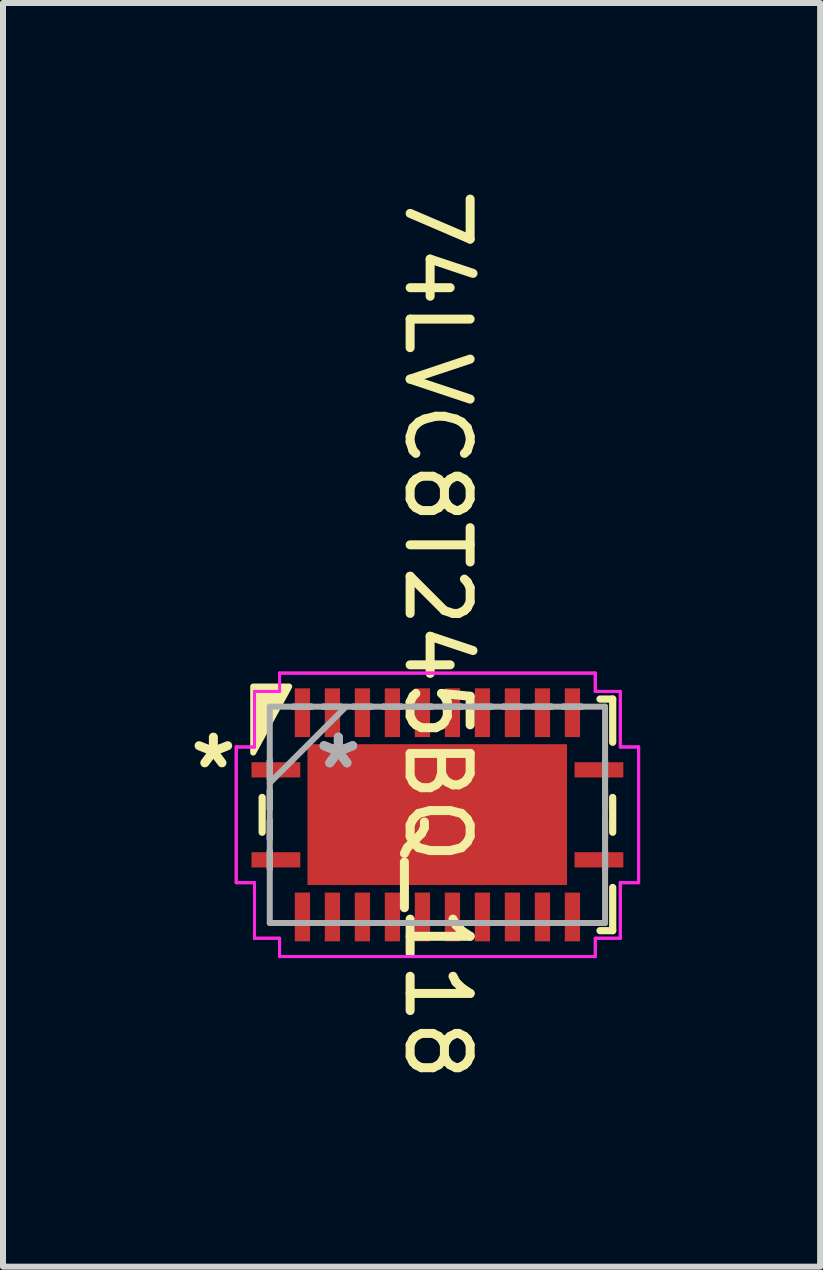
<source format=kicad_pcb>
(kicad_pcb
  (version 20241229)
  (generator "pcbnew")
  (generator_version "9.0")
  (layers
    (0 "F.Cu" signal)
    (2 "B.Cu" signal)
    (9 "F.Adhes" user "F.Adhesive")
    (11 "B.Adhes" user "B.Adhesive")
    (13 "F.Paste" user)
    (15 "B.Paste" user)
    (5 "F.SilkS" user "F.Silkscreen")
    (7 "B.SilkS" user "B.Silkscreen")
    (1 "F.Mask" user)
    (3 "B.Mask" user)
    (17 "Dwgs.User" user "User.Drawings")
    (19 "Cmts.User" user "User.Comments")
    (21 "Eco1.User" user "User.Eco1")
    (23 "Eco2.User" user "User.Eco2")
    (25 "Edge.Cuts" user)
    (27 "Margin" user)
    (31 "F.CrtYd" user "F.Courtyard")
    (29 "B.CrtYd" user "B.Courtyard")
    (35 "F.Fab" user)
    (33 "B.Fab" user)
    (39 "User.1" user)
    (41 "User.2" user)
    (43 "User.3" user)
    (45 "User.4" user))
  (footprint "74LVC8T245BQ_118"
    (layer "F.Cu")
    (at 4.24 10.53)
    (property "Reference" "74LVC8T245BQ_118" (at 0 -3 270) (unlocked yes) (layer "F.SilkS") (effects (font (size 1 1) (thickness 0.15))))
    (attr through_hole)
    (fp_poly (pts (xy -2.121 -1.13) (xy 2.121 -1.13) (xy 2.121 1.13) (xy -2.121 1.13)) (stroke (width 0.1) (type solid)) (fill yes) (layer "F.Mask"))
    (fp_line (start -2.921 -0.29) (end -2.921 0.29) (stroke (width 0.12) (type solid)) (layer "F.SilkS"))
    (fp_line (start -2.71 -1.93) (end -2.921 -1.93) (stroke (width 0.12) (type solid)) (layer "F.SilkS"))
    (fp_line (start 2.71 1.93) (end 2.921 1.93) (stroke (width 0.12) (type solid)) (layer "F.SilkS"))
    (fp_line (start 2.921 -1.93) (end 2.71 -1.93) (stroke (width 0.12) (type solid)) (layer "F.SilkS"))
    (fp_line (start 2.921 -1.21) (end 2.921 -1.93) (stroke (width 0.12) (type solid)) (layer "F.SilkS"))
    (fp_line (start 2.921 0.29) (end 2.921 -0.29) (stroke (width 0.12) (type solid)) (layer "F.SilkS"))
    (fp_line (start 2.921 1.93) (end 2.921 1.21) (stroke (width 0.12) (type solid)) (layer "F.SilkS"))
    (fp_poly (pts (xy -2.47 -2.138) (xy -3.07 -2.138) (xy -3.07 -1.038)) (stroke (width 0.1) (type solid)) (fill yes) (layer "F.SilkS"))
    (fp_poly (pts (xy -2.121 -1.13) (xy 2.121 -1.13) (xy 2.121 1.13) (xy -2.121 1.13)) (stroke (width 0.1) (type solid)) (fill yes) (layer "F.Paste"))
    (fp_line (start -3.353 -1.131) (end -3.048 -1.131) (stroke (width 0.05) (type solid)) (layer "F.CrtYd"))
    (fp_line (start -3.353 -1.131) (end -3.048 -1.131) (stroke (width 0.05) (type solid)) (layer "F.CrtYd"))
    (fp_line (start -3.353 1.131) (end -3.353 -1.131) (stroke (width 0.05) (type solid)) (layer "F.CrtYd"))
    (fp_line (start -3.353 1.131) (end -3.353 -1.131) (stroke (width 0.05) (type solid)) (layer "F.CrtYd"))
    (fp_line (start -3.048 -2.057) (end -2.631 -2.057) (stroke (width 0.05) (type solid)) (layer "F.CrtYd"))
    (fp_line (start -3.048 -2.057) (end -2.631 -2.057) (stroke (width 0.05) (type solid)) (layer "F.CrtYd"))
    (fp_line (start -3.048 -1.131) (end -3.048 -2.057) (stroke (width 0.05) (type solid)) (layer "F.CrtYd"))
    (fp_line (start -3.048 -1.131) (end -3.048 -2.057) (stroke (width 0.05) (type solid)) (layer "F.CrtYd"))
    (fp_line (start -3.048 1.131) (end -3.353 1.131) (stroke (width 0.05) (type solid)) (layer "F.CrtYd"))
    (fp_line (start -3.048 1.131) (end -3.353 1.131) (stroke (width 0.05) (type solid)) (layer "F.CrtYd"))
    (fp_line (start -3.048 2.057) (end -3.048 1.131) (stroke (width 0.05) (type solid)) (layer "F.CrtYd"))
    (fp_line (start -3.048 2.057) (end -3.048 1.131) (stroke (width 0.05) (type solid)) (layer "F.CrtYd"))
    (fp_line (start -2.631 -2.362) (end 2.631 -2.362) (stroke (width 0.05) (type solid)) (layer "F.CrtYd"))
    (fp_line (start -2.631 -2.362) (end 2.631 -2.362) (stroke (width 0.05) (type solid)) (layer "F.CrtYd"))
    (fp_line (start -2.631 -2.057) (end -2.631 -2.362) (stroke (width 0.05) (type solid)) (layer "F.CrtYd"))
    (fp_line (start -2.631 -2.057) (end -2.631 -2.362) (stroke (width 0.05) (type solid)) (layer "F.CrtYd"))
    (fp_line (start -2.631 2.057) (end -3.048 2.057) (stroke (width 0.05) (type solid)) (layer "F.CrtYd"))
    (fp_line (start -2.631 2.057) (end -3.048 2.057) (stroke (width 0.05) (type solid)) (layer "F.CrtYd"))
    (fp_line (start -2.631 2.362) (end -2.631 2.057) (stroke (width 0.05) (type solid)) (layer "F.CrtYd"))
    (fp_line (start -2.631 2.362) (end -2.631 2.057) (stroke (width 0.05) (type solid)) (layer "F.CrtYd"))
    (fp_line (start 2.631 -2.362) (end 2.631 -2.057) (stroke (width 0.05) (type solid)) (layer "F.CrtYd"))
    (fp_line (start 2.631 -2.362) (end 2.631 -2.057) (stroke (width 0.05) (type solid)) (layer "F.CrtYd"))
    (fp_line (start 2.631 -2.057) (end 3.048 -2.057) (stroke (width 0.05) (type solid)) (layer "F.CrtYd"))
    (fp_line (start 2.631 -2.057) (end 3.048 -2.057) (stroke (width 0.05) (type solid)) (layer "F.CrtYd"))
    (fp_line (start 2.631 2.057) (end 2.631 2.362) (stroke (width 0.05) (type solid)) (layer "F.CrtYd"))
    (fp_line (start 2.631 2.057) (end 2.631 2.362) (stroke (width 0.05) (type solid)) (layer "F.CrtYd"))
    (fp_line (start 2.631 2.362) (end -2.631 2.362) (stroke (width 0.05) (type solid)) (layer "F.CrtYd"))
    (fp_line (start 2.631 2.362) (end -2.631 2.362) (stroke (width 0.05) (type solid)) (layer "F.CrtYd"))
    (fp_line (start 3.048 -2.057) (end 3.048 -1.131) (stroke (width 0.05) (type solid)) (layer "F.CrtYd"))
    (fp_line (start 3.048 -2.057) (end 3.048 -1.131) (stroke (width 0.05) (type solid)) (layer "F.CrtYd"))
    (fp_line (start 3.048 -1.131) (end 3.353 -1.131) (stroke (width 0.05) (type solid)) (layer "F.CrtYd"))
    (fp_line (start 3.048 -1.131) (end 3.353 -1.131) (stroke (width 0.05) (type solid)) (layer "F.CrtYd"))
    (fp_line (start 3.048 1.131) (end 3.048 2.057) (stroke (width 0.05) (type solid)) (layer "F.CrtYd"))
    (fp_line (start 3.048 1.131) (end 3.048 2.057) (stroke (width 0.05) (type solid)) (layer "F.CrtYd"))
    (fp_line (start 3.048 2.057) (end 2.631 2.057) (stroke (width 0.05) (type solid)) (layer "F.CrtYd"))
    (fp_line (start 3.048 2.057) (end 2.631 2.057) (stroke (width 0.05) (type solid)) (layer "F.CrtYd"))
    (fp_line (start 3.353 -1.131) (end 3.353 1.131) (stroke (width 0.05) (type solid)) (layer "F.CrtYd"))
    (fp_line (start 3.353 -1.131) (end 3.353 1.131) (stroke (width 0.05) (type solid)) (layer "F.CrtYd"))
    (fp_line (start 3.353 1.131) (end 3.048 1.131) (stroke (width 0.05) (type solid)) (layer "F.CrtYd"))
    (fp_line (start 3.353 1.131) (end 3.048 1.131) (stroke (width 0.05) (type solid)) (layer "F.CrtYd"))
    (fp_line (start -2.794 -1.803) (end -2.794 1.803) (stroke (width 0.1) (type solid)) (layer "F.Fab"))
    (fp_line (start -2.794 -0.902) (end -2.794 -0.902) (stroke (width 0.1) (type solid)) (layer "F.Fab"))
    (fp_line (start -2.794 -0.902) (end -2.794 -0.598) (stroke (width 0.1) (type solid)) (layer "F.Fab"))
    (fp_line (start -2.794 -0.598) (end -2.794 -0.902) (stroke (width 0.1) (type solid)) (layer "F.Fab"))
    (fp_line (start -2.794 -0.598) (end -2.794 -0.598) (stroke (width 0.1) (type solid)) (layer "F.Fab"))
    (fp_line (start -2.794 -0.533) (end -1.524 -1.803) (stroke (width 0.1) (type solid)) (layer "F.Fab"))
    (fp_line (start -2.794 -0.402) (end -2.794 -0.402) (stroke (width 0.1) (type solid)) (layer "F.Fab"))
    (fp_line (start -2.794 -0.402) (end -2.794 -0.098) (stroke (width 0.1) (type solid)) (layer "F.Fab"))
    (fp_line (start -2.794 -0.098) (end -2.794 -0.402) (stroke (width 0.1) (type solid)) (layer "F.Fab"))
    (fp_line (start -2.794 -0.098) (end -2.794 -0.098) (stroke (width 0.1) (type solid)) (layer "F.Fab"))
    (fp_line (start -2.794 0.098) (end -2.794 0.098) (stroke (width 0.1) (type solid)) (layer "F.Fab"))
    (fp_line (start -2.794 0.098) (end -2.794 0.402) (stroke (width 0.1) (type solid)) (layer "F.Fab"))
    (fp_line (start -2.794 0.402) (end -2.794 0.098) (stroke (width 0.1) (type solid)) (layer "F.Fab"))
    (fp_line (start -2.794 0.402) (end -2.794 0.402) (stroke (width 0.1) (type solid)) (layer "F.Fab"))
    (fp_line (start -2.794 0.598) (end -2.794 0.598) (stroke (width 0.1) (type solid)) (layer "F.Fab"))
    (fp_line (start -2.794 0.598) (end -2.794 0.902) (stroke (width 0.1) (type solid)) (layer "F.Fab"))
    (fp_line (start -2.794 0.902) (end -2.794 0.598) (stroke (width 0.1) (type solid)) (layer "F.Fab"))
    (fp_line (start -2.794 0.902) (end -2.794 0.902) (stroke (width 0.1) (type solid)) (layer "F.Fab"))
    (fp_line (start -2.794 1.803) (end 2.794 1.803) (stroke (width 0.1) (type solid)) (layer "F.Fab"))
    (fp_line (start -2.402 -1.803) (end -2.402 -1.803) (stroke (width 0.1) (type solid)) (layer "F.Fab"))
    (fp_line (start -2.402 -1.803) (end -2.098 -1.803) (stroke (width 0.1) (type solid)) (layer "F.Fab"))
    (fp_line (start -2.402 1.803) (end -2.402 1.803) (stroke (width 0.1) (type solid)) (layer "F.Fab"))
    (fp_line (start -2.402 1.803) (end -2.098 1.803) (stroke (width 0.1) (type solid)) (layer "F.Fab"))
    (fp_line (start -2.098 -1.803) (end -2.402 -1.803) (stroke (width 0.1) (type solid)) (layer "F.Fab"))
    (fp_line (start -2.098 -1.803) (end -2.098 -1.803) (stroke (width 0.1) (type solid)) (layer "F.Fab"))
    (fp_line (start -2.098 1.803) (end -2.402 1.803) (stroke (width 0.1) (type solid)) (layer "F.Fab"))
    (fp_line (start -2.098 1.803) (end -2.098 1.803) (stroke (width 0.1) (type solid)) (layer "F.Fab"))
    (fp_line (start -1.902 -1.803) (end -1.902 -1.803) (stroke (width 0.1) (type solid)) (layer "F.Fab"))
    (fp_line (start -1.902 -1.803) (end -1.598 -1.803) (stroke (width 0.1) (type solid)) (layer "F.Fab"))
    (fp_line (start -1.902 1.803) (end -1.902 1.803) (stroke (width 0.1) (type solid)) (layer "F.Fab"))
    (fp_line (start -1.902 1.803) (end -1.598 1.803) (stroke (width 0.1) (type solid)) (layer "F.Fab"))
    (fp_line (start -1.598 -1.803) (end -1.902 -1.803) (stroke (width 0.1) (type solid)) (layer "F.Fab"))
    (fp_line (start -1.598 -1.803) (end -1.598 -1.803) (stroke (width 0.1) (type solid)) (layer "F.Fab"))
    (fp_line (start -1.598 1.803) (end -1.902 1.803) (stroke (width 0.1) (type solid)) (layer "F.Fab"))
    (fp_line (start -1.598 1.803) (end -1.598 1.803) (stroke (width 0.1) (type solid)) (layer "F.Fab"))
    (fp_line (start -1.402 -1.803) (end -1.402 -1.803) (stroke (width 0.1) (type solid)) (layer "F.Fab"))
    (fp_line (start -1.402 -1.803) (end -1.098 -1.803) (stroke (width 0.1) (type solid)) (layer "F.Fab"))
    (fp_line (start -1.402 1.803) (end -1.402 1.803) (stroke (width 0.1) (type solid)) (layer "F.Fab"))
    (fp_line (start -1.402 1.803) (end -1.098 1.803) (stroke (width 0.1) (type solid)) (layer "F.Fab"))
    (fp_line (start -1.098 -1.803) (end -1.402 -1.803) (stroke (width 0.1) (type solid)) (layer "F.Fab"))
    (fp_line (start -1.098 -1.803) (end -1.098 -1.803) (stroke (width 0.1) (type solid)) (layer "F.Fab"))
    (fp_line (start -1.098 1.803) (end -1.402 1.803) (stroke (width 0.1) (type solid)) (layer "F.Fab"))
    (fp_line (start -1.098 1.803) (end -1.098 1.803) (stroke (width 0.1) (type solid)) (layer "F.Fab"))
    (fp_line (start -0.902 -1.803) (end -0.902 -1.803) (stroke (width 0.1) (type solid)) (layer "F.Fab"))
    (fp_line (start -0.902 -1.803) (end -0.598 -1.803) (stroke (width 0.1) (type solid)) (layer "F.Fab"))
    (fp_line (start -0.902 1.803) (end -0.902 1.803) (stroke (width 0.1) (type solid)) (layer "F.Fab"))
    (fp_line (start -0.902 1.803) (end -0.598 1.803) (stroke (width 0.1) (type solid)) (layer "F.Fab"))
    (fp_line (start -0.598 -1.803) (end -0.902 -1.803) (stroke (width 0.1) (type solid)) (layer "F.Fab"))
    (fp_line (start -0.598 -1.803) (end -0.598 -1.803) (stroke (width 0.1) (type solid)) (layer "F.Fab"))
    (fp_line (start -0.598 1.803) (end -0.902 1.803) (stroke (width 0.1) (type solid)) (layer "F.Fab"))
    (fp_line (start -0.598 1.803) (end -0.598 1.803) (stroke (width 0.1) (type solid)) (layer "F.Fab"))
    (fp_line (start -0.402 -1.803) (end -0.402 -1.803) (stroke (width 0.1) (type solid)) (layer "F.Fab"))
    (fp_line (start -0.402 -1.803) (end -0.098 -1.803) (stroke (width 0.1) (type solid)) (layer "F.Fab"))
    (fp_line (start -0.402 1.803) (end -0.402 1.803) (stroke (width 0.1) (type solid)) (layer "F.Fab"))
    (fp_line (start -0.402 1.803) (end -0.098 1.803) (stroke (width 0.1) (type solid)) (layer "F.Fab"))
    (fp_line (start -0.098 -1.803) (end -0.402 -1.803) (stroke (width 0.1) (type solid)) (layer "F.Fab"))
    (fp_line (start -0.098 -1.803) (end -0.098 -1.803) (stroke (width 0.1) (type solid)) (layer "F.Fab"))
    (fp_line (start -0.098 1.803) (end -0.402 1.803) (stroke (width 0.1) (type solid)) (layer "F.Fab"))
    (fp_line (start -0.098 1.803) (end -0.098 1.803) (stroke (width 0.1) (type solid)) (layer "F.Fab"))
    (fp_line (start 0.098 -1.803) (end 0.098 -1.803) (stroke (width 0.1) (type solid)) (layer "F.Fab"))
    (fp_line (start 0.098 -1.803) (end 0.402 -1.803) (stroke (width 0.1) (type solid)) (layer "F.Fab"))
    (fp_line (start 0.098 1.803) (end 0.098 1.803) (stroke (width 0.1) (type solid)) (layer "F.Fab"))
    (fp_line (start 0.098 1.803) (end 0.402 1.803) (stroke (width 0.1) (type solid)) (layer "F.Fab"))
    (fp_line (start 0.402 -1.803) (end 0.098 -1.803) (stroke (width 0.1) (type solid)) (layer "F.Fab"))
    (fp_line (start 0.402 -1.803) (end 0.402 -1.803) (stroke (width 0.1) (type solid)) (layer "F.Fab"))
    (fp_line (start 0.402 1.803) (end 0.098 1.803) (stroke (width 0.1) (type solid)) (layer "F.Fab"))
    (fp_line (start 0.402 1.803) (end 0.402 1.803) (stroke (width 0.1) (type solid)) (layer "F.Fab"))
    (fp_line (start 0.598 -1.803) (end 0.598 -1.803) (stroke (width 0.1) (type solid)) (layer "F.Fab"))
    (fp_line (start 0.598 -1.803) (end 0.902 -1.803) (stroke (width 0.1) (type solid)) (layer "F.Fab"))
    (fp_line (start 0.598 1.803) (end 0.598 1.803) (stroke (width 0.1) (type solid)) (layer "F.Fab"))
    (fp_line (start 0.598 1.803) (end 0.902 1.803) (stroke (width 0.1) (type solid)) (layer "F.Fab"))
    (fp_line (start 0.902 -1.803) (end 0.598 -1.803) (stroke (width 0.1) (type solid)) (layer "F.Fab"))
    (fp_line (start 0.902 -1.803) (end 0.902 -1.803) (stroke (width 0.1) (type solid)) (layer "F.Fab"))
    (fp_line (start 0.902 1.803) (end 0.598 1.803) (stroke (width 0.1) (type solid)) (layer "F.Fab"))
    (fp_line (start 0.902 1.803) (end 0.902 1.803) (stroke (width 0.1) (type solid)) (layer "F.Fab"))
    (fp_line (start 1.098 -1.803) (end 1.098 -1.803) (stroke (width 0.1) (type solid)) (layer "F.Fab"))
    (fp_line (start 1.098 -1.803) (end 1.402 -1.803) (stroke (width 0.1) (type solid)) (layer "F.Fab"))
    (fp_line (start 1.098 1.803) (end 1.098 1.803) (stroke (width 0.1) (type solid)) (layer "F.Fab"))
    (fp_line (start 1.098 1.803) (end 1.402 1.803) (stroke (width 0.1) (type solid)) (layer "F.Fab"))
    (fp_line (start 1.402 -1.803) (end 1.098 -1.803) (stroke (width 0.1) (type solid)) (layer "F.Fab"))
    (fp_line (start 1.402 -1.803) (end 1.402 -1.803) (stroke (width 0.1) (type solid)) (layer "F.Fab"))
    (fp_line (start 1.402 1.803) (end 1.098 1.803) (stroke (width 0.1) (type solid)) (layer "F.Fab"))
    (fp_line (start 1.402 1.803) (end 1.402 1.803) (stroke (width 0.1) (type solid)) (layer "F.Fab"))
    (fp_line (start 1.598 -1.803) (end 1.598 -1.803) (stroke (width 0.1) (type solid)) (layer "F.Fab"))
    (fp_line (start 1.598 -1.803) (end 1.902 -1.803) (stroke (width 0.1) (type solid)) (layer "F.Fab"))
    (fp_line (start 1.598 1.803) (end 1.598 1.803) (stroke (width 0.1) (type solid)) (layer "F.Fab"))
    (fp_line (start 1.598 1.803) (end 1.902 1.803) (stroke (width 0.1) (type solid)) (layer "F.Fab"))
    (fp_line (start 1.902 -1.803) (end 1.598 -1.803) (stroke (width 0.1) (type solid)) (layer "F.Fab"))
    (fp_line (start 1.902 -1.803) (end 1.902 -1.803) (stroke (width 0.1) (type solid)) (layer "F.Fab"))
    (fp_line (start 1.902 1.803) (end 1.598 1.803) (stroke (width 0.1) (type solid)) (layer "F.Fab"))
    (fp_line (start 1.902 1.803) (end 1.902 1.803) (stroke (width 0.1) (type solid)) (layer "F.Fab"))
    (fp_line (start 2.098 -1.803) (end 2.098 -1.803) (stroke (width 0.1) (type solid)) (layer "F.Fab"))
    (fp_line (start 2.098 -1.803) (end 2.402 -1.803) (stroke (width 0.1) (type solid)) (layer "F.Fab"))
    (fp_line (start 2.098 1.803) (end 2.098 1.803) (stroke (width 0.1) (type solid)) (layer "F.Fab"))
    (fp_line (start 2.098 1.803) (end 2.402 1.803) (stroke (width 0.1) (type solid)) (layer "F.Fab"))
    (fp_line (start 2.402 -1.803) (end 2.098 -1.803) (stroke (width 0.1) (type solid)) (layer "F.Fab"))
    (fp_line (start 2.402 -1.803) (end 2.402 -1.803) (stroke (width 0.1) (type solid)) (layer "F.Fab"))
    (fp_line (start 2.402 1.803) (end 2.098 1.803) (stroke (width 0.1) (type solid)) (layer "F.Fab"))
    (fp_line (start 2.402 1.803) (end 2.402 1.803) (stroke (width 0.1) (type solid)) (layer "F.Fab"))
    (fp_line (start 2.794 -1.803) (end -2.794 -1.803) (stroke (width 0.1) (type solid)) (layer "F.Fab"))
    (fp_line (start 2.794 -0.902) (end 2.794 -0.902) (stroke (width 0.1) (type solid)) (layer "F.Fab"))
    (fp_line (start 2.794 -0.902) (end 2.794 -0.598) (stroke (width 0.1) (type solid)) (layer "F.Fab"))
    (fp_line (start 2.794 -0.598) (end 2.794 -0.902) (stroke (width 0.1) (type solid)) (layer "F.Fab"))
    (fp_line (start 2.794 -0.598) (end 2.794 -0.598) (stroke (width 0.1) (type solid)) (layer "F.Fab"))
    (fp_line (start 2.794 -0.402) (end 2.794 -0.402) (stroke (width 0.1) (type solid)) (layer "F.Fab"))
    (fp_line (start 2.794 -0.402) (end 2.794 -0.098) (stroke (width 0.1) (type solid)) (layer "F.Fab"))
    (fp_line (start 2.794 -0.098) (end 2.794 -0.402) (stroke (width 0.1) (type solid)) (layer "F.Fab"))
    (fp_line (start 2.794 -0.098) (end 2.794 -0.098) (stroke (width 0.1) (type solid)) (layer "F.Fab"))
    (fp_line (start 2.794 0.098) (end 2.794 0.098) (stroke (width 0.1) (type solid)) (layer "F.Fab"))
    (fp_line (start 2.794 0.098) (end 2.794 0.402) (stroke (width 0.1) (type solid)) (layer "F.Fab"))
    (fp_line (start 2.794 0.402) (end 2.794 0.098) (stroke (width 0.1) (type solid)) (layer "F.Fab"))
    (fp_line (start 2.794 0.402) (end 2.794 0.402) (stroke (width 0.1) (type solid)) (layer "F.Fab"))
    (fp_line (start 2.794 0.598) (end 2.794 0.598) (stroke (width 0.1) (type solid)) (layer "F.Fab"))
    (fp_line (start 2.794 0.598) (end 2.794 0.902) (stroke (width 0.1) (type solid)) (layer "F.Fab"))
    (fp_line (start 2.794 0.902) (end 2.794 0.598) (stroke (width 0.1) (type solid)) (layer "F.Fab"))
    (fp_line (start 2.794 0.902) (end 2.794 0.902) (stroke (width 0.1) (type solid)) (layer "F.Fab"))
    (fp_line (start 2.794 1.803) (end 2.794 -1.803) (stroke (width 0.1) (type solid)) (layer "F.Fab"))
    (fp_text user "*" (at -3.734 -0.75 180) (layer "F.SilkS") (effects (font (size 1 1) (thickness 0.15))))
    (fp_text user "*" (at -1.651 -0.75 180) (layer "F.Fab") (effects (font (size 1 1) (thickness 0.15))))
    (fp_text user "*" (at -1.651 -0.75 180) (layer "F.Fab") (effects (font (size 1 1) (thickness 0.15))))
    (pad "1" smd rect (at -2.692 0.75 90) (size 0.254 0.813) (layers "F.Cu" "F.Mask" "F.Paste"))
    (pad "2" smd rect (at -2.25 1.702) (size 0.254 0.813) (layers "F.Cu" "F.Mask" "F.Paste"))
    (pad "3" smd rect (at -1.75 1.702) (size 0.254 0.813) (layers "F.Cu" "F.Mask" "F.Paste"))
    (pad "4" smd rect (at -1.25 1.702) (size 0.254 0.813) (layers "F.Cu" "F.Mask" "F.Paste"))
    (pad "5" smd rect (at -0.75 1.702) (size 0.254 0.813) (layers "F.Cu" "F.Mask" "F.Paste"))
    (pad "6" smd rect (at -0.25 1.702) (size 0.254 0.813) (layers "F.Cu" "F.Mask" "F.Paste"))
    (pad "7" smd rect (at 0.25 1.702) (size 0.254 0.813) (layers "F.Cu" "F.Mask" "F.Paste"))
    (pad "8" smd rect (at 0.75 1.702) (size 0.254 0.813) (layers "F.Cu" "F.Mask" "F.Paste"))
    (pad "9" smd rect (at 1.25 1.702) (size 0.254 0.813) (layers "F.Cu" "F.Mask" "F.Paste"))
    (pad "10" smd rect (at 1.75 1.702) (size 0.254 0.813) (layers "F.Cu" "F.Mask" "F.Paste"))
    (pad "11" smd rect (at 2.25 1.702) (size 0.254 0.813) (layers "F.Cu" "F.Mask" "F.Paste"))
    (pad "12" smd rect (at 2.692 0.75 90) (size 0.254 0.813) (layers "F.Cu" "F.Mask" "F.Paste"))
    (pad "13" smd rect (at -0.003 -0.004 90) (size 2.347 4.326) (layers "F.Cu" "F.Mask" "F.Paste"))
    (pad "13" smd rect (at 2.692 -0.75 90) (size 0.254 0.813) (layers "F.Cu" "F.Mask" "F.Paste"))
    (pad "14" smd rect (at 2.25 -1.702) (size 0.254 0.813) (layers "F.Cu" "F.Mask" "F.Paste"))
    (pad "15" smd rect (at 1.75 -1.702) (size 0.254 0.813) (layers "F.Cu" "F.Mask" "F.Paste"))
    (pad "16" smd rect (at 1.25 -1.702) (size 0.254 0.813) (layers "F.Cu" "F.Mask" "F.Paste"))
    (pad "17" smd rect (at 0.75 -1.702) (size 0.254 0.813) (layers "F.Cu" "F.Mask" "F.Paste"))
    (pad "18" smd rect (at 0.25 -1.702) (size 0.254 0.813) (layers "F.Cu" "F.Mask" "F.Paste"))
    (pad "19" smd rect (at -0.25 -1.702) (size 0.254 0.813) (layers "F.Cu" "F.Mask" "F.Paste"))
    (pad "20" smd rect (at -0.75 -1.702) (size 0.254 0.813) (layers "F.Cu" "F.Mask" "F.Paste"))
    (pad "21" smd rect (at -1.25 -1.702) (size 0.254 0.813) (layers "F.Cu" "F.Mask" "F.Paste"))
    (pad "22" smd rect (at -1.75 -1.702) (size 0.254 0.813) (layers "F.Cu" "F.Mask" "F.Paste"))
    (pad "23" smd rect (at -2.25 -1.702) (size 0.254 0.813) (layers "F.Cu" "F.Mask" "F.Paste"))
    (pad "24" smd rect (at -2.692 -0.75 90) (size 0.254 0.813) (layers "F.Cu" "F.Mask" "F.Paste")))
  (gr_rect
    (start -3 -3)
    (end 10.618 18.06)
    (stroke (width 0.1) (type default))
    (fill no)
    (layer "Edge.Cuts")))
</source>
